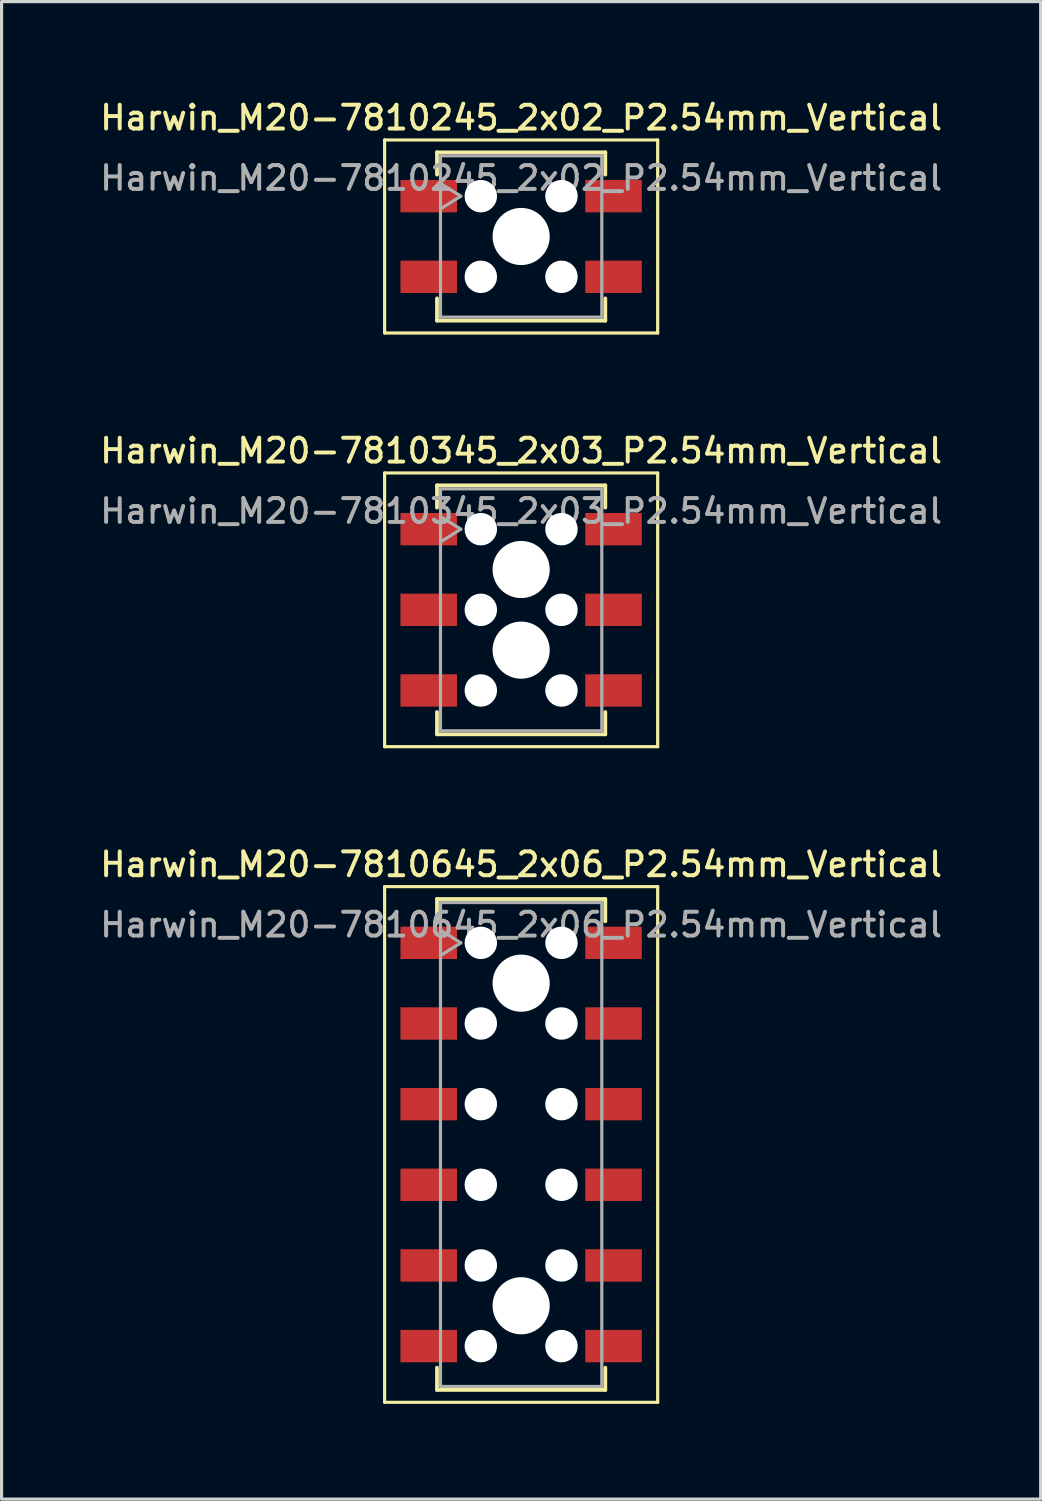
<source format=kicad_pcb>
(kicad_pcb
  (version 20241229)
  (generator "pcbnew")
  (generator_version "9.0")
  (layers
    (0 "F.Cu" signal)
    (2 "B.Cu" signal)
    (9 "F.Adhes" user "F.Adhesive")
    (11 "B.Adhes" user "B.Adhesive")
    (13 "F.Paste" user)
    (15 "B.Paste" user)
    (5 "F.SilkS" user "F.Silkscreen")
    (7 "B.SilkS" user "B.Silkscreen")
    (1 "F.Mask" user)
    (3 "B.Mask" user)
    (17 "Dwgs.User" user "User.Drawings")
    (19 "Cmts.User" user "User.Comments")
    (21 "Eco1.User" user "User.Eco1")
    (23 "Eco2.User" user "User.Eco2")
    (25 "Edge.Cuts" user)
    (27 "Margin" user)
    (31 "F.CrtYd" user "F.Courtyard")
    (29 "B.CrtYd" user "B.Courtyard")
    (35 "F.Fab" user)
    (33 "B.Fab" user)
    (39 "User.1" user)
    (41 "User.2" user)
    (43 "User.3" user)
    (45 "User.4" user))
  (footprint "Harwin_M20-7810645_2x06_P2.54mm_Vertical"
    (layer "F.Cu")
    (at 13.363 32.994)
    (property "Reference" "Harwin_M20-7810645_2x06_P2.54mm_Vertical" (at 0 -8.82 0) (layer "F.SilkS") (effects (font (size 0.75 0.75) (thickness 0.125))))
    (attr smd)
    (fp_line (start -4.3 -8.12) (end 4.3 -8.12) (stroke (width 0.1) (type solid)) (layer "F.SilkS"))
    (fp_line (start -4.3 8.12) (end -4.3 -8.12) (stroke (width 0.1) (type solid)) (layer "F.SilkS"))
    (fp_line (start -2.65 -7.73) (end 2.65 -7.73) (stroke (width 0.12) (type solid)) (layer "F.SilkS"))
    (fp_line (start -2.65 -7.03) (end -2.65 -7.73) (stroke (width 0.12) (type solid)) (layer "F.SilkS"))
    (fp_line (start -2.65 7.03) (end -2.65 7.73) (stroke (width 0.12) (type solid)) (layer "F.SilkS"))
    (fp_line (start -2.65 7.73) (end 2.65 7.73) (stroke (width 0.12) (type solid)) (layer "F.SilkS"))
    (fp_line (start 2.65 -7.73) (end 2.65 -7.03) (stroke (width 0.12) (type solid)) (layer "F.SilkS"))
    (fp_line (start 2.65 7.73) (end 2.65 7.03) (stroke (width 0.12) (type solid)) (layer "F.SilkS"))
    (fp_line (start 4.3 -8.12) (end 4.3 8.12) (stroke (width 0.1) (type solid)) (layer "F.SilkS"))
    (fp_line (start 4.3 8.12) (end -4.3 8.12) (stroke (width 0.1) (type solid)) (layer "F.SilkS"))
    (fp_line (start -2.54 -7.62) (end 2.54 -7.62) (stroke (width 0.1) (type solid)) (layer "F.Fab"))
    (fp_line (start -2.54 -6.75) (end -1.9 -6.35) (stroke (width 0.1) (type solid)) (layer "F.Fab"))
    (fp_line (start -2.54 7.62) (end -2.54 -7.62) (stroke (width 0.1) (type solid)) (layer "F.Fab"))
    (fp_line (start -1.9 -6.35) (end -2.54 -5.95) (stroke (width 0.1) (type solid)) (layer "F.Fab"))
    (fp_line (start 2.54 -7.62) (end 2.54 7.62) (stroke (width 0.1) (type solid)) (layer "F.Fab"))
    (fp_line (start 2.54 7.62) (end -2.54 7.62) (stroke (width 0.1) (type solid)) (layer "F.Fab"))
    (fp_text user "${REFERENCE}" (at 0 -6.92 0) (layer "F.Fab") (effects (font (size 0.75 0.75) (thickness 0.125))))
    (pad "" np_thru_hole circle (at -1.27 -6.35) (size 1.02 1.02) (drill 1.02) (layers "*.Cu" "*.Mask"))
    (pad "" np_thru_hole circle (at -1.27 -3.81) (size 1.02 1.02) (drill 1.02) (layers "*.Cu" "*.Mask"))
    (pad "" np_thru_hole circle (at -1.27 -1.27) (size 1.02 1.02) (drill 1.02) (layers "*.Cu" "*.Mask"))
    (pad "" np_thru_hole circle (at -1.27 1.27) (size 1.02 1.02) (drill 1.02) (layers "*.Cu" "*.Mask"))
    (pad "" np_thru_hole circle (at -1.27 3.81) (size 1.02 1.02) (drill 1.02) (layers "*.Cu" "*.Mask"))
    (pad "" np_thru_hole circle (at -1.27 6.35) (size 1.02 1.02) (drill 1.02) (layers "*.Cu" "*.Mask"))
    (pad "" np_thru_hole circle (at 0 -5.08) (size 1.8 1.8) (drill 1.8) (layers "*.Cu" "*.Mask"))
    (pad "" np_thru_hole circle (at 0 5.08) (size 1.8 1.8) (drill 1.8) (layers "*.Cu" "*.Mask"))
    (pad "" np_thru_hole circle (at 1.27 -6.35) (size 1.02 1.02) (drill 1.02) (layers "*.Cu" "*.Mask"))
    (pad "" np_thru_hole circle (at 1.27 -3.81) (size 1.02 1.02) (drill 1.02) (layers "*.Cu" "*.Mask"))
    (pad "" np_thru_hole circle (at 1.27 -1.27) (size 1.02 1.02) (drill 1.02) (layers "*.Cu" "*.Mask"))
    (pad "" np_thru_hole circle (at 1.27 1.27) (size 1.02 1.02) (drill 1.02) (layers "*.Cu" "*.Mask"))
    (pad "" np_thru_hole circle (at 1.27 3.81) (size 1.02 1.02) (drill 1.02) (layers "*.Cu" "*.Mask"))
    (pad "" np_thru_hole circle (at 1.27 6.35) (size 1.02 1.02) (drill 1.02) (layers "*.Cu" "*.Mask"))
    (pad "1" smd rect (at -2.91 -6.35) (size 1.78 1.02) (layers "F.Cu" "F.Mask" "F.Paste"))
    (pad "2" smd rect (at -2.91 -3.81) (size 1.78 1.02) (layers "F.Cu" "F.Mask" "F.Paste"))
    (pad "3" smd rect (at -2.91 -1.27) (size 1.78 1.02) (layers "F.Cu" "F.Mask" "F.Paste"))
    (pad "4" smd rect (at -2.91 1.27) (size 1.78 1.02) (layers "F.Cu" "F.Mask" "F.Paste"))
    (pad "5" smd rect (at -2.91 3.81) (size 1.78 1.02) (layers "F.Cu" "F.Mask" "F.Paste"))
    (pad "6" smd rect (at -2.91 6.35) (size 1.78 1.02) (layers "F.Cu" "F.Mask" "F.Paste"))
    (pad "7" smd rect (at 2.91 -6.35) (size 1.78 1.02) (layers "F.Cu" "F.Mask" "F.Paste"))
    (pad "8" smd rect (at 2.91 -3.81) (size 1.78 1.02) (layers "F.Cu" "F.Mask" "F.Paste"))
    (pad "9" smd rect (at 2.91 -1.27) (size 1.78 1.02) (layers "F.Cu" "F.Mask" "F.Paste"))
    (pad "10" smd rect (at 2.91 1.27) (size 1.78 1.02) (layers "F.Cu" "F.Mask" "F.Paste"))
    (pad "11" smd rect (at 2.91 3.81) (size 1.78 1.02) (layers "F.Cu" "F.Mask" "F.Paste"))
    (pad "12" smd rect (at 2.91 6.35) (size 1.78 1.02) (layers "F.Cu" "F.Mask" "F.Paste")))
  (footprint "Harwin_M20-7810345_2x03_P2.54mm_Vertical"
    (layer "F.Cu")
    (at 13.363 16.156)
    (property "Reference" "Harwin_M20-7810345_2x03_P2.54mm_Vertical" (at 0 -5.01 0) (layer "F.SilkS") (effects (font (size 0.75 0.75) (thickness 0.125))))
    (attr smd)
    (fp_line (start -4.3 -4.31) (end 4.3 -4.31) (stroke (width 0.1) (type solid)) (layer "F.SilkS"))
    (fp_line (start -4.3 4.31) (end -4.3 -4.31) (stroke (width 0.1) (type solid)) (layer "F.SilkS"))
    (fp_line (start -2.65 -3.92) (end 2.65 -3.92) (stroke (width 0.12) (type solid)) (layer "F.SilkS"))
    (fp_line (start -2.65 -3.22) (end -2.65 -3.92) (stroke (width 0.12) (type solid)) (layer "F.SilkS"))
    (fp_line (start -2.65 3.22) (end -2.65 3.92) (stroke (width 0.12) (type solid)) (layer "F.SilkS"))
    (fp_line (start -2.65 3.92) (end 2.65 3.92) (stroke (width 0.12) (type solid)) (layer "F.SilkS"))
    (fp_line (start 2.65 -3.92) (end 2.65 -3.22) (stroke (width 0.12) (type solid)) (layer "F.SilkS"))
    (fp_line (start 2.65 3.92) (end 2.65 3.22) (stroke (width 0.12) (type solid)) (layer "F.SilkS"))
    (fp_line (start 4.3 -4.31) (end 4.3 4.31) (stroke (width 0.1) (type solid)) (layer "F.SilkS"))
    (fp_line (start 4.3 4.31) (end -4.3 4.31) (stroke (width 0.1) (type solid)) (layer "F.SilkS"))
    (fp_line (start -2.54 -3.81) (end 2.54 -3.81) (stroke (width 0.1) (type solid)) (layer "F.Fab"))
    (fp_line (start -2.54 -2.94) (end -1.9 -2.54) (stroke (width 0.1) (type solid)) (layer "F.Fab"))
    (fp_line (start -2.54 3.81) (end -2.54 -3.81) (stroke (width 0.1) (type solid)) (layer "F.Fab"))
    (fp_line (start -1.9 -2.54) (end -2.54 -2.14) (stroke (width 0.1) (type solid)) (layer "F.Fab"))
    (fp_line (start 2.54 -3.81) (end 2.54 3.81) (stroke (width 0.1) (type solid)) (layer "F.Fab"))
    (fp_line (start 2.54 3.81) (end -2.54 3.81) (stroke (width 0.1) (type solid)) (layer "F.Fab"))
    (fp_text user "${REFERENCE}" (at 0 -3.11 0) (layer "F.Fab") (effects (font (size 0.75 0.75) (thickness 0.125))))
    (pad "" np_thru_hole circle (at -1.27 -2.54) (size 1.02 1.02) (drill 1.02) (layers "*.Cu" "*.Mask"))
    (pad "" np_thru_hole circle (at -1.27 0) (size 1.02 1.02) (drill 1.02) (layers "*.Cu" "*.Mask"))
    (pad "" np_thru_hole circle (at -1.27 2.54) (size 1.02 1.02) (drill 1.02) (layers "*.Cu" "*.Mask"))
    (pad "" np_thru_hole circle (at 0 -1.27) (size 1.8 1.8) (drill 1.8) (layers "*.Cu" "*.Mask"))
    (pad "" np_thru_hole circle (at 0 1.27) (size 1.8 1.8) (drill 1.8) (layers "*.Cu" "*.Mask"))
    (pad "" np_thru_hole circle (at 1.27 -2.54) (size 1.02 1.02) (drill 1.02) (layers "*.Cu" "*.Mask"))
    (pad "" np_thru_hole circle (at 1.27 0) (size 1.02 1.02) (drill 1.02) (layers "*.Cu" "*.Mask"))
    (pad "" np_thru_hole circle (at 1.27 2.54) (size 1.02 1.02) (drill 1.02) (layers "*.Cu" "*.Mask"))
    (pad "1" smd rect (at -2.91 -2.54) (size 1.78 1.02) (layers "F.Cu" "F.Mask" "F.Paste"))
    (pad "2" smd rect (at -2.91 0) (size 1.78 1.02) (layers "F.Cu" "F.Mask" "F.Paste"))
    (pad "3" smd rect (at -2.91 2.54) (size 1.78 1.02) (layers "F.Cu" "F.Mask" "F.Paste"))
    (pad "4" smd rect (at 2.91 -2.54) (size 1.78 1.02) (layers "F.Cu" "F.Mask" "F.Paste"))
    (pad "5" smd rect (at 2.91 0) (size 1.78 1.02) (layers "F.Cu" "F.Mask" "F.Paste"))
    (pad "6" smd rect (at 2.91 2.54) (size 1.78 1.02) (layers "F.Cu" "F.Mask" "F.Paste")))
  (footprint "Harwin_M20-7810245_2x02_P2.54mm_Vertical"
    (layer "F.Cu")
    (at 13.363 4.398)
    (property "Reference" "Harwin_M20-7810245_2x02_P2.54mm_Vertical" (at 0 -3.74 0) (layer "F.SilkS") (effects (font (size 0.75 0.75) (thickness 0.125))))
    (attr smd)
    (fp_line (start -4.3 -3.04) (end 4.3 -3.04) (stroke (width 0.1) (type solid)) (layer "F.SilkS"))
    (fp_line (start -4.3 3.04) (end -4.3 -3.04) (stroke (width 0.1) (type solid)) (layer "F.SilkS"))
    (fp_line (start -2.65 -2.65) (end 2.65 -2.65) (stroke (width 0.12) (type solid)) (layer "F.SilkS"))
    (fp_line (start -2.65 -1.95) (end -2.65 -2.65) (stroke (width 0.12) (type solid)) (layer "F.SilkS"))
    (fp_line (start -2.65 1.95) (end -2.65 2.65) (stroke (width 0.12) (type solid)) (layer "F.SilkS"))
    (fp_line (start -2.65 2.65) (end 2.65 2.65) (stroke (width 0.12) (type solid)) (layer "F.SilkS"))
    (fp_line (start 2.65 -2.65) (end 2.65 -1.95) (stroke (width 0.12) (type solid)) (layer "F.SilkS"))
    (fp_line (start 2.65 2.65) (end 2.65 1.95) (stroke (width 0.12) (type solid)) (layer "F.SilkS"))
    (fp_line (start 4.3 -3.04) (end 4.3 3.04) (stroke (width 0.1) (type solid)) (layer "F.SilkS"))
    (fp_line (start 4.3 3.04) (end -4.3 3.04) (stroke (width 0.1) (type solid)) (layer "F.SilkS"))
    (fp_line (start -2.54 -2.54) (end 2.54 -2.54) (stroke (width 0.1) (type solid)) (layer "F.Fab"))
    (fp_line (start -2.54 -1.67) (end -1.9 -1.27) (stroke (width 0.1) (type solid)) (layer "F.Fab"))
    (fp_line (start -2.54 2.54) (end -2.54 -2.54) (stroke (width 0.1) (type solid)) (layer "F.Fab"))
    (fp_line (start -1.9 -1.27) (end -2.54 -0.87) (stroke (width 0.1) (type solid)) (layer "F.Fab"))
    (fp_line (start 2.54 -2.54) (end 2.54 2.54) (stroke (width 0.1) (type solid)) (layer "F.Fab"))
    (fp_line (start 2.54 2.54) (end -2.54 2.54) (stroke (width 0.1) (type solid)) (layer "F.Fab"))
    (fp_text user "${REFERENCE}" (at 0 -1.84 0) (layer "F.Fab") (effects (font (size 0.75 0.75) (thickness 0.125))))
    (pad "" np_thru_hole circle (at -1.27 -1.27) (size 1.02 1.02) (drill 1.02) (layers "*.Cu" "*.Mask"))
    (pad "" np_thru_hole circle (at -1.27 1.27) (size 1.02 1.02) (drill 1.02) (layers "*.Cu" "*.Mask"))
    (pad "" np_thru_hole circle (at 0 0) (size 1.8 1.8) (drill 1.8) (layers "*.Cu" "*.Mask"))
    (pad "" np_thru_hole circle (at 1.27 -1.27) (size 1.02 1.02) (drill 1.02) (layers "*.Cu" "*.Mask"))
    (pad "" np_thru_hole circle (at 1.27 1.27) (size 1.02 1.02) (drill 1.02) (layers "*.Cu" "*.Mask"))
    (pad "1" smd rect (at -2.91 -1.27) (size 1.78 1.02) (layers "F.Cu" "F.Mask" "F.Paste"))
    (pad "2" smd rect (at -2.91 1.27) (size 1.78 1.02) (layers "F.Cu" "F.Mask" "F.Paste"))
    (pad "3" smd rect (at 2.91 -1.27) (size 1.78 1.02) (layers "F.Cu" "F.Mask" "F.Paste"))
    (pad "4" smd rect (at 2.91 1.27) (size 1.78 1.02) (layers "F.Cu" "F.Mask" "F.Paste")))
  (gr_rect
    (start -3 -3)
    (end 29.725 44.164)
    (stroke (width 0.1) (type default))
    (fill no)
    (layer "Edge.Cuts")))
</source>
